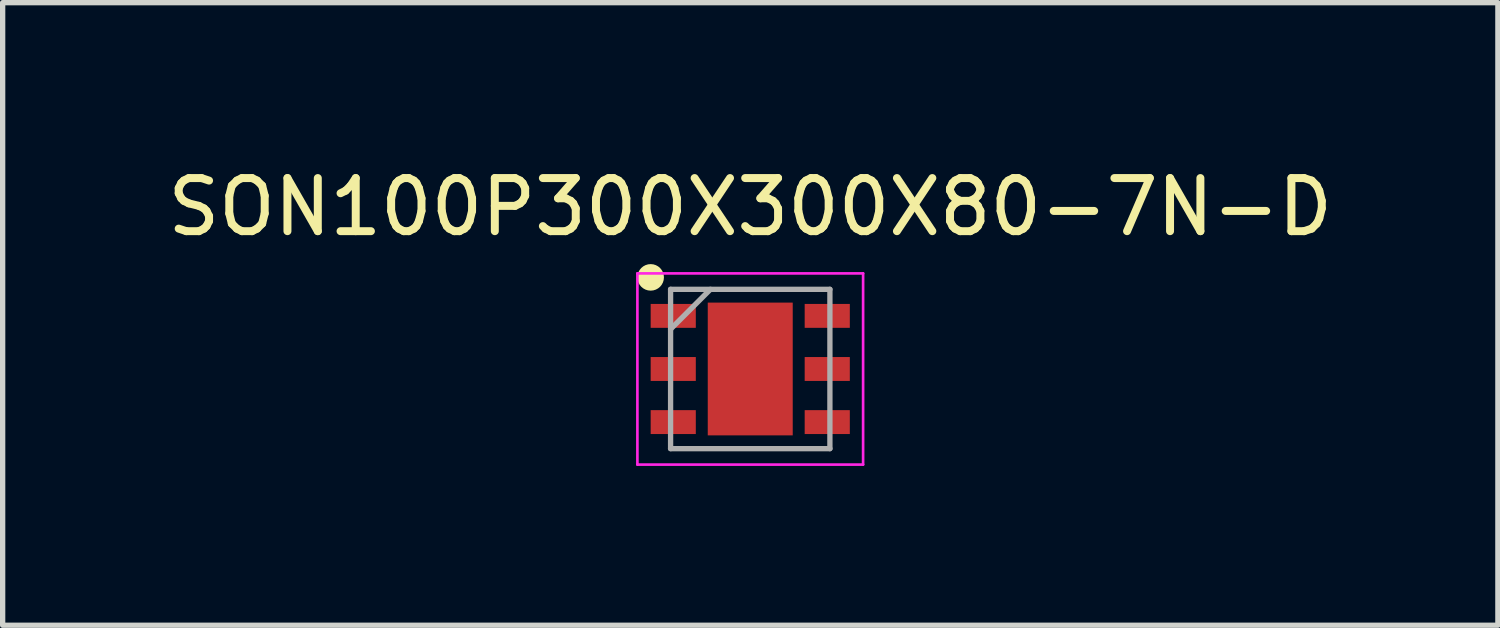
<source format=kicad_pcb>
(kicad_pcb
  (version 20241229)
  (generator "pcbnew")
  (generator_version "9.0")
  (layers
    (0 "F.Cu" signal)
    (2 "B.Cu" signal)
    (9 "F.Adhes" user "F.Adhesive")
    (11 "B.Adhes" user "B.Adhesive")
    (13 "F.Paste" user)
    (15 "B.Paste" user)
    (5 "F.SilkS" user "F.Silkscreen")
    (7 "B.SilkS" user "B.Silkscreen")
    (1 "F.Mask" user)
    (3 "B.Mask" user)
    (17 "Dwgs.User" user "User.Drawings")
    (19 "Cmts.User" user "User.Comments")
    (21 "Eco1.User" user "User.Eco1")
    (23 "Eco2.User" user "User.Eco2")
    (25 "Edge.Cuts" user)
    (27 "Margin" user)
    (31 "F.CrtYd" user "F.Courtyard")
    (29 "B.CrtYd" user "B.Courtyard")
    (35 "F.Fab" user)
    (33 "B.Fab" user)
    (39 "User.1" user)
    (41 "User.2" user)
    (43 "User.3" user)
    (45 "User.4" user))
  (footprint "SON100P300X300X80-7N-D"
    (layer "F.Cu")
    (at 11.077 3.898)
    (property "Reference" "SON100P300X300X80-7N-D" (at 0 -3.05 0) (layer "F.SilkS") (effects (font (size 1 1) (thickness 0.15))))
    (attr smd)
    (fp_circle (center -1.875 -1.725) (end -1.875 -1.6) (stroke (width 0.25) (type solid)) (fill no) (layer "F.SilkS"))
    (fp_line (start -2.125 -1.8) (end 2.125 -1.8) (stroke (width 0.05) (type solid)) (layer "F.CrtYd"))
    (fp_line (start -2.125 1.8) (end -2.125 -1.8) (stroke (width 0.05) (type solid)) (layer "F.CrtYd"))
    (fp_line (start 2.125 -1.8) (end 2.125 1.8) (stroke (width 0.05) (type solid)) (layer "F.CrtYd"))
    (fp_line (start 2.125 1.8) (end -2.125 1.8) (stroke (width 0.05) (type solid)) (layer "F.CrtYd"))
    (fp_line (start -1.5 -1.5) (end 1.5 -1.5) (stroke (width 0.1) (type solid)) (layer "F.Fab"))
    (fp_line (start -1.5 -0.75) (end -0.75 -1.5) (stroke (width 0.1) (type solid)) (layer "F.Fab"))
    (fp_line (start -1.5 1.5) (end -1.5 -1.5) (stroke (width 0.1) (type solid)) (layer "F.Fab"))
    (fp_line (start 1.5 -1.5) (end 1.5 1.5) (stroke (width 0.1) (type solid)) (layer "F.Fab"))
    (fp_line (start 1.5 1.5) (end -1.5 1.5) (stroke (width 0.1) (type solid)) (layer "F.Fab"))
    (pad "1" smd rect (at -1.45 -1 90) (size 0.45 0.85) (layers "F.Cu" "F.Mask" "F.Paste"))
    (pad "2" smd rect (at -1.45 0 90) (size 0.45 0.85) (layers "F.Cu" "F.Mask" "F.Paste"))
    (pad "3" smd rect (at -1.45 1 90) (size 0.45 0.85) (layers "F.Cu" "F.Mask" "F.Paste"))
    (pad "4" smd rect (at 1.45 1 90) (size 0.45 0.85) (layers "F.Cu" "F.Mask" "F.Paste"))
    (pad "5" smd rect (at 1.45 0 90) (size 0.45 0.85) (layers "F.Cu" "F.Mask" "F.Paste"))
    (pad "6" smd rect (at 1.45 -1 90) (size 0.45 0.85) (layers "F.Cu" "F.Mask" "F.Paste"))
    (pad "7" smd rect (at 0 0) (size 1.6 2.5) (layers "F.Cu" "F.Mask" "F.Paste")))
  (gr_rect
    (start -3 -3)
    (end 25.155 8.723)
    (stroke (width 0.1) (type default))
    (fill no)
    (layer "Edge.Cuts")))
</source>
